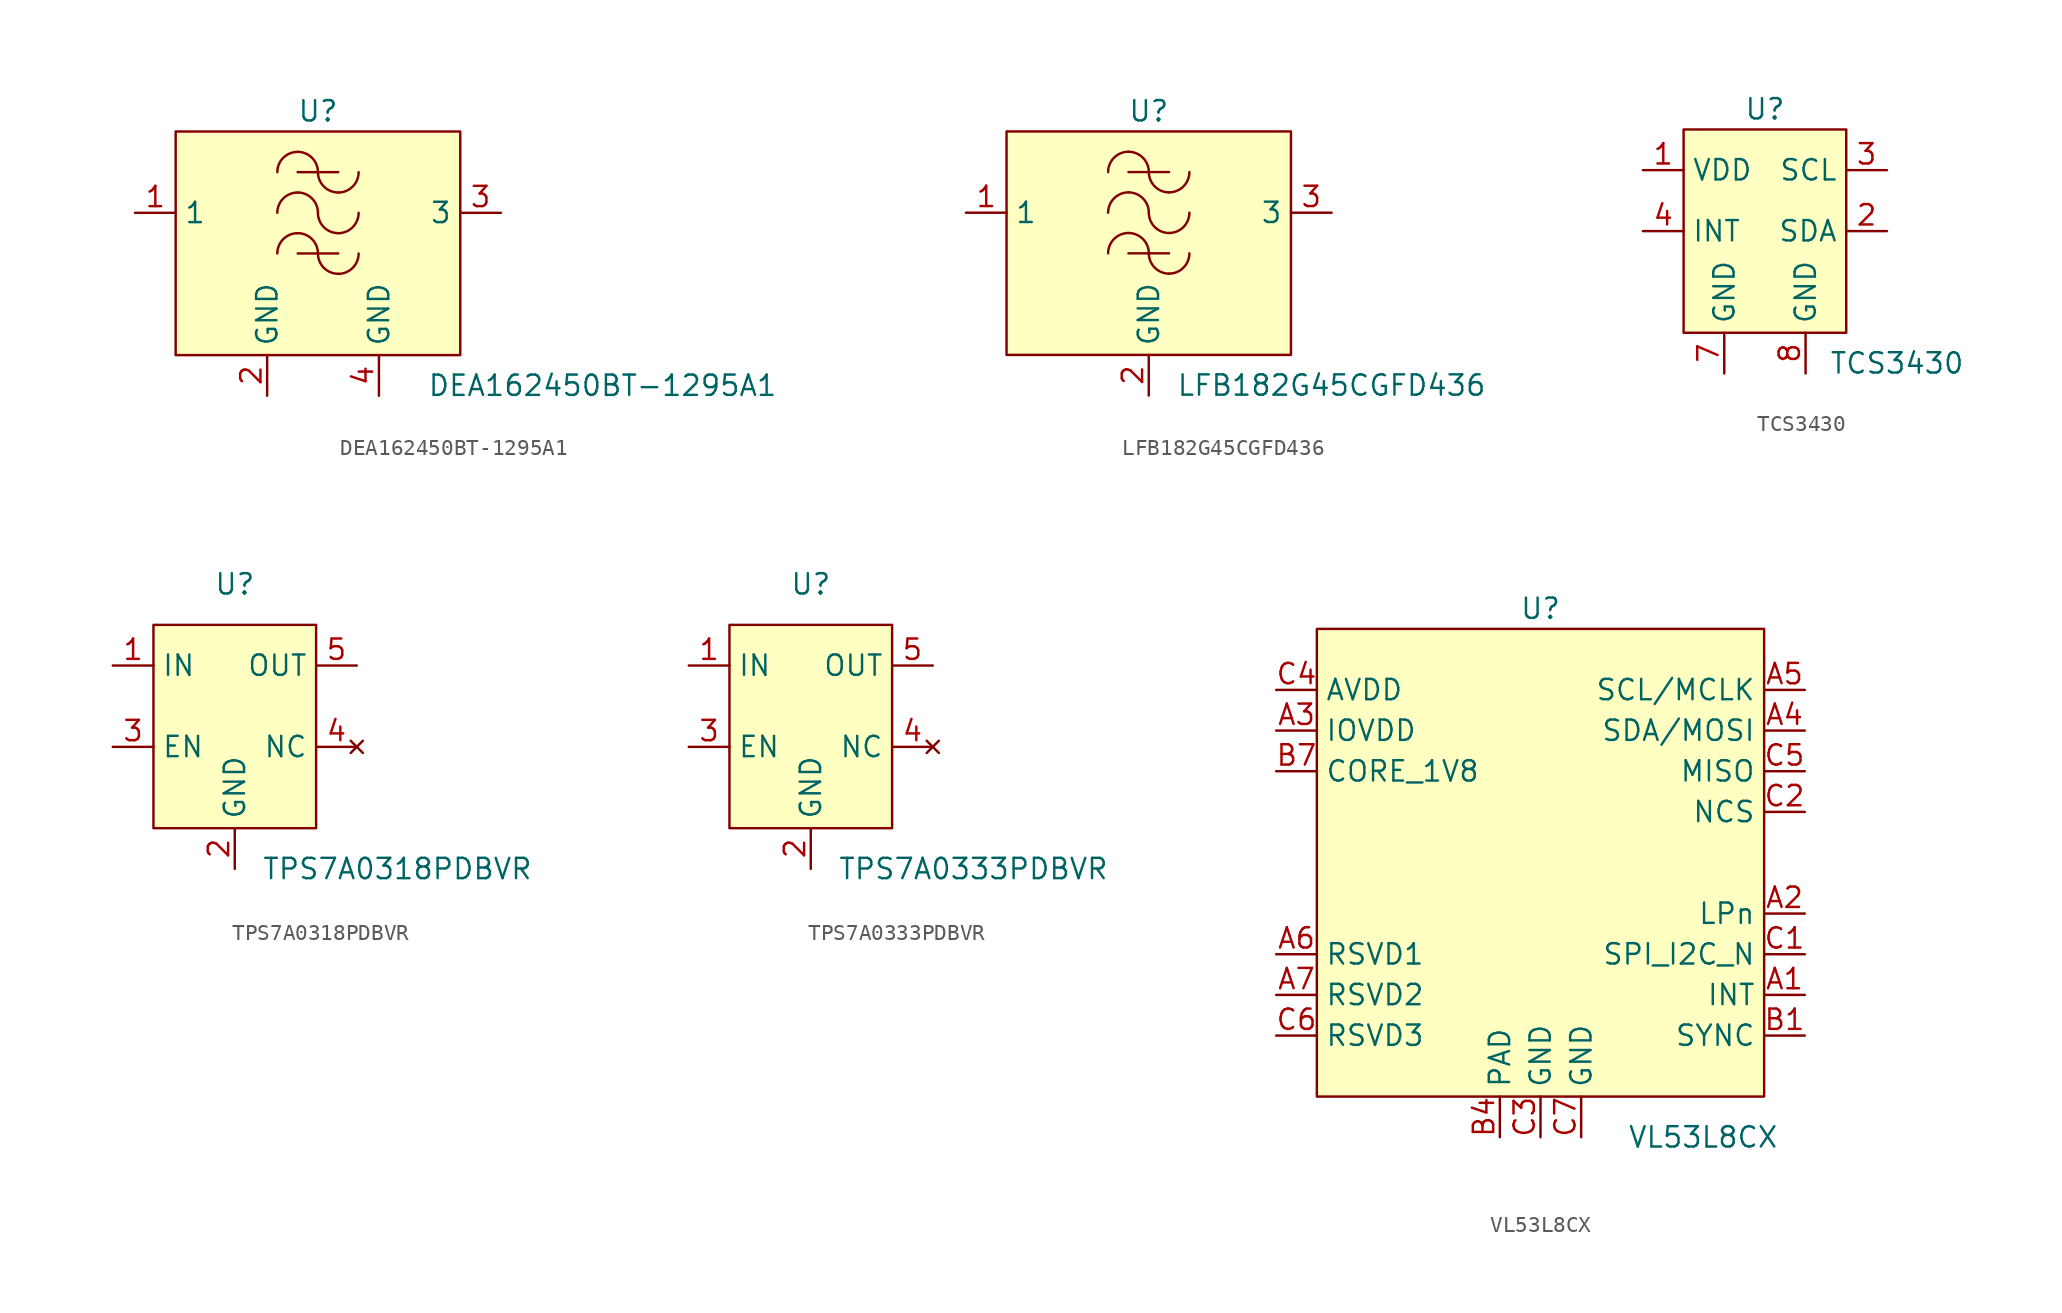
<source format=kicad_sym>
(kicad_symbol_lib
  (version 20220914)
  (generator kicad_symbol_editor)
  (symbol "DEA162450BT-1295A1"
    (property "Reference" "U"
      (at 0 6.35 0)
      (effects (font (size 1.27 1.27))))
    (property "Value" "DEA162450BT-1295A1\n"
      (at 17.78 -10.795 0)
      (effects (font (size 1.27 1.27))))
    (symbol "DEA162450BT-1295A1_1_1"
      (rectangle (start -8.89 5.08) (end 8.89 -8.89) (stroke (width 0) (type default)) (fill (type background)))
      (arc (start -1.2699 -1.2699) (mid -2.1679 -1.6419) (end -2.5399 -2.5399) (stroke (width 0) (type default)) (fill (type none)))
      (arc (start -1.2699 1.2701) (mid -2.1679 0.8981) (end -2.5399 0.0001) (stroke (width 0) (type default)) (fill (type none)))
      (arc (start -1.27 3.81) (mid -2.168 3.438) (end -2.54 2.54) (stroke (width 0) (type default)) (fill (type none)))
      (arc (start 0.0001 -2.5399) (mid -0.3719 -1.6419) (end -1.2699 -1.2699) (stroke (width 0) (type default)) (fill (type none)))
      (arc (start 0.0001 -2.5399) (mid 0.3721 -3.4379) (end 1.2701 -3.8099) (stroke (width 0) (type default)) (fill (type none)))
      (arc (start 0.0001 0.0001) (mid -0.3719 0.8981) (end -1.2699 1.2701) (stroke (width 0) (type default)) (fill (type none)))
      (polyline (pts (xy -1.27 -2.54) (xy 1.27 -2.54)) (stroke (width 0) (type default)) (fill (type none)))
      (polyline (pts (xy -1.27 2.54) (xy 1.27 2.54)) (stroke (width 0) (type default)) (fill (type none)))
      (arc (start 0.0001 0.0001) (mid 0.3721 -0.8979) (end 1.2701 -1.2699) (stroke (width 0) (type default)) (fill (type none)))
      (arc (start 0 2.54) (mid -0.372 3.438) (end -1.27 3.81) (stroke (width 0) (type default)) (fill (type none)))
      (arc (start 0 2.54) (mid 0.372 1.642) (end 1.27 1.27) (stroke (width 0) (type default)) (fill (type none)))
      (arc (start 1.2701 -3.8099) (mid 2.1681 -3.4379) (end 2.5401 -2.5399) (stroke (width 0) (type default)) (fill (type none)))
      (arc (start 1.2701 -1.2699) (mid 2.1681 -0.8979) (end 2.5401 0.0001) (stroke (width 0) (type default)) (fill (type none)))
      (arc (start 1.27 1.27) (mid 2.168 1.642) (end 2.54 2.54) (stroke (width 0) (type default)) (fill (type none)))
      (pin bidirectional line (at -11.43 0 0) (length 2.54) (name "1" (effects (font (size 1.27 1.27)))) (number "1" (effects (font (size 1.27 1.27)))))
      (pin input line (at -3.175 -11.43 90) (length 2.54) (name "GND" (effects (font (size 1.27 1.27)))) (number "2" (effects (font (size 1.27 1.27)))))
      (pin bidirectional line (at 11.43 0 180) (length 2.54) (name "3" (effects (font (size 1.27 1.27)))) (number "3" (effects (font (size 1.27 1.27)))))
      (pin input line (at 3.81 -11.43 90) (length 2.54) (name "GND" (effects (font (size 1.27 1.27)))) (number "4" (effects (font (size 1.27 1.27)))))))
  (symbol "LFB182G45CGFD436"
    (property "Reference" "U"
      (at 0 6.35 0)
      (effects (font (size 1.27 1.27))))
    (property "Value" "LFB182G45CGFD436"
      (at 11.43 -10.795 0)
      (effects (font (size 1.27 1.27))))
    (symbol "LFB182G45CGFD436_1_1"
      (rectangle (start -8.89 5.08) (end 8.89 -8.89) (stroke (width 0) (type default)) (fill (type background)))
      (arc (start -1.2699 -1.2699) (mid -2.1679 -1.6419) (end -2.5399 -2.5399) (stroke (width 0) (type default)) (fill (type none)))
      (arc (start -1.2699 1.2701) (mid -2.1679 0.8981) (end -2.5399 0.0001) (stroke (width 0) (type default)) (fill (type none)))
      (arc (start -1.27 3.81) (mid -2.168 3.438) (end -2.54 2.54) (stroke (width 0) (type default)) (fill (type none)))
      (arc (start 0.0001 -2.5399) (mid -0.3719 -1.6419) (end -1.2699 -1.2699) (stroke (width 0) (type default)) (fill (type none)))
      (arc (start 0.0001 -2.5399) (mid 0.3721 -3.4379) (end 1.2701 -3.8099) (stroke (width 0) (type default)) (fill (type none)))
      (arc (start 0.0001 0.0001) (mid -0.3719 0.8981) (end -1.2699 1.2701) (stroke (width 0) (type default)) (fill (type none)))
      (polyline (pts (xy -1.27 -2.54) (xy 1.27 -2.54)) (stroke (width 0) (type default)) (fill (type none)))
      (polyline (pts (xy -1.27 2.54) (xy 1.27 2.54)) (stroke (width 0) (type default)) (fill (type none)))
      (arc (start 0.0001 0.0001) (mid 0.3721 -0.8979) (end 1.2701 -1.2699) (stroke (width 0) (type default)) (fill (type none)))
      (arc (start 0 2.54) (mid -0.372 3.438) (end -1.27 3.81) (stroke (width 0) (type default)) (fill (type none)))
      (arc (start 0 2.54) (mid 0.372 1.642) (end 1.27 1.27) (stroke (width 0) (type default)) (fill (type none)))
      (arc (start 1.2701 -3.8099) (mid 2.1681 -3.4379) (end 2.5401 -2.5399) (stroke (width 0) (type default)) (fill (type none)))
      (arc (start 1.2701 -1.2699) (mid 2.1681 -0.8979) (end 2.5401 0.0001) (stroke (width 0) (type default)) (fill (type none)))
      (arc (start 1.27 1.27) (mid 2.168 1.642) (end 2.54 2.54) (stroke (width 0) (type default)) (fill (type none)))
      (pin bidirectional line (at -11.43 0 0) (length 2.54) (name "1" (effects (font (size 1.27 1.27)))) (number "1" (effects (font (size 1.27 1.27)))))
      (pin input line (at 0 -11.43 90) (length 2.54) (name "GND" (effects (font (size 1.27 1.27)))) (number "2" (effects (font (size 1.27 1.27)))))
      (pin bidirectional line (at 11.43 0 180) (length 2.54) (name "3" (effects (font (size 1.27 1.27)))) (number "3" (effects (font (size 1.27 1.27)))))))
  (symbol "TCS3430"
    (property "Reference" "U"
      (at 0 7.62 0)
      (effects (font (size 1.27 1.27))))
    (property "Value" "TCS3430"
      (at 8.255 -8.255 0)
      (effects (font (size 1.27 1.27))))
    (symbol "TCS3430_1_1"
      (rectangle (start -5.08 6.35) (end 5.08 -6.35) (stroke (width 0) (type default)) (fill (type background)))
      (pin power_in line (at -7.62 3.81 0) (length 2.54) (name "VDD" (effects (font (size 1.27 1.27)))) (number "1" (effects (font (size 1.27 1.27)))))
      (pin bidirectional line (at 7.62 0 180) (length 2.54) (name "SDA" (effects (font (size 1.27 1.27)))) (number "2" (effects (font (size 1.27 1.27)))))
      (pin input line (at 7.62 3.81 180) (length 2.54) (name "SCL" (effects (font (size 1.27 1.27)))) (number "3" (effects (font (size 1.27 1.27)))))
      (pin output line (at -7.62 0 0) (length 2.54) (name "INT" (effects (font (size 1.27 1.27)))) (number "4" (effects (font (size 1.27 1.27)))))
      (pin no_connect line (at 7.62 -3.81 180) (length 2.54) hide (name "N/C" (effects (font (size 1.27 1.27)))) (number "5" (effects (font (size 1.27 1.27)))))
      (pin no_connect line (at -7.62 -3.81 0) (length 2.54) hide (name "N/C" (effects (font (size 1.27 1.27)))) (number "6" (effects (font (size 1.27 1.27)))))
      (pin power_in line (at -2.54 -8.89 90) (length 2.54) (name "GND" (effects (font (size 1.27 1.27)))) (number "7" (effects (font (size 1.27 1.27)))))
      (pin power_in line (at 2.54 -8.89 90) (length 2.54) (name "GND" (effects (font (size 1.27 1.27)))) (number "8" (effects (font (size 1.27 1.27)))))))
  (symbol "TPS7A0318PDBVR"
    (property "Reference" "U"
      (at 0 10.16 0)
      (effects (font (size 1.27 1.27))))
    (property "Value" "TPS7A0318PDBVR"
      (at 10.16 -7.62 0)
      (effects (font (size 1.27 1.27))))
    (symbol "TPS7A0318PDBVR_1_1"
      (rectangle (start -5.08 7.62) (end 5.08 -5.08) (stroke (width 0) (type default)) (fill (type background)))
      (pin power_in line (at -7.62 5.08 0) (length 2.54) (name "IN" (effects (font (size 1.27 1.27)))) (number "1" (effects (font (size 1.27 1.27)))))
      (pin power_in line (at 0 -7.62 90) (length 2.54) (name "GND" (effects (font (size 1.27 1.27)))) (number "2" (effects (font (size 1.27 1.27)))))
      (pin input line (at -7.62 0 0) (length 2.54) (name "EN" (effects (font (size 1.27 1.27)))) (number "3" (effects (font (size 1.27 1.27)))))
      (pin no_connect line (at 7.62 0 180) (length 2.54) (name "NC" (effects (font (size 1.27 1.27)))) (number "4" (effects (font (size 1.27 1.27)))))
      (pin power_out line (at 7.62 5.08 180) (length 2.54) (name "OUT" (effects (font (size 1.27 1.27)))) (number "5" (effects (font (size 1.27 1.27)))))))
  (symbol "TPS7A0333PDBVR"
    (property "Reference" "U"
      (at 0 10.16 0)
      (effects (font (size 1.27 1.27))))
    (property "Value" "TPS7A0333PDBVR"
      (at 10.16 -7.62 0)
      (effects (font (size 1.27 1.27))))
    (symbol "TPS7A0333PDBVR_1_1"
      (rectangle (start -5.08 7.62) (end 5.08 -5.08) (stroke (width 0) (type default)) (fill (type background)))
      (pin power_in line (at -7.62 5.08 0) (length 2.54) (name "IN" (effects (font (size 1.27 1.27)))) (number "1" (effects (font (size 1.27 1.27)))))
      (pin power_in line (at 0 -7.62 90) (length 2.54) (name "GND" (effects (font (size 1.27 1.27)))) (number "2" (effects (font (size 1.27 1.27)))))
      (pin input line (at -7.62 0 0) (length 2.54) (name "EN" (effects (font (size 1.27 1.27)))) (number "3" (effects (font (size 1.27 1.27)))))
      (pin no_connect line (at 7.62 0 180) (length 2.54) (name "NC" (effects (font (size 1.27 1.27)))) (number "4" (effects (font (size 1.27 1.27)))))
      (pin power_out line (at 7.62 5.08 180) (length 2.54) (name "OUT" (effects (font (size 1.27 1.27)))) (number "5" (effects (font (size 1.27 1.27)))))))
  (symbol "VL53L8CX"
    (property "Reference" "U"
      (at 0 17.78 0)
      (effects (font (size 1.27 1.27))))
    (property "Value" "VL53L8CX"
      (at 10.16 -15.24 0)
      (effects (font (size 1.27 1.27))))
    (symbol "VL53L8CX_1_1"
      (rectangle (start -13.97 16.51) (end 13.97 -12.7) (stroke (width 0) (type default)) (fill (type background)))
      (pin output line (at 16.51 -6.35 180) (length 2.54) (name "INT" (effects (font (size 1.27 1.27)))) (number "A1" (effects (font (size 1.27 1.27)))))
      (pin input line (at 16.51 -1.27 180) (length 2.54) (name "LPn" (effects (font (size 1.27 1.27)))) (number "A2" (effects (font (size 1.27 1.27)))))
      (pin power_in line (at -16.51 10.16 0) (length 2.54) (name "IOVDD" (effects (font (size 1.27 1.27)))) (number "A3" (effects (font (size 1.27 1.27)))))
      (pin input line (at 16.51 10.16 180) (length 2.54) (name "SDA/MOSI" (effects (font (size 1.27 1.27)))) (number "A4" (effects (font (size 1.27 1.27)))))
      (pin input line (at 16.51 12.7 180) (length 2.54) (name "SCL/MCLK" (effects (font (size 1.27 1.27)))) (number "A5" (effects (font (size 1.27 1.27)))))
      (pin input line (at -16.51 -3.81 0) (length 2.54) (name "RSVD1" (effects (font (size 1.27 1.27)))) (number "A6" (effects (font (size 1.27 1.27)))))
      (pin input line (at -16.51 -6.35 0) (length 2.54) (name "RSVD2" (effects (font (size 1.27 1.27)))) (number "A7" (effects (font (size 1.27 1.27)))))
      (pin input line (at 16.51 -8.89 180) (length 2.54) (name "SYNC" (effects (font (size 1.27 1.27)))) (number "B1" (effects (font (size 1.27 1.27)))))
      (pin power_in line (at -2.54 -15.24 90) (length 2.54) (name "PAD" (effects (font (size 1.27 1.27)))) (number "B4" (effects (font (size 1.27 1.27)))))
      (pin power_in line (at -16.51 7.62 0) (length 2.54) (name "CORE_1V8" (effects (font (size 1.27 1.27)))) (number "B7" (effects (font (size 1.27 1.27)))))
      (pin input line (at 16.51 -3.81 180) (length 2.54) (name "SPI_I2C_N" (effects (font (size 1.27 1.27)))) (number "C1" (effects (font (size 1.27 1.27)))))
      (pin input line (at 16.51 5.08 180) (length 2.54) (name "NCS" (effects (font (size 1.27 1.27)))) (number "C2" (effects (font (size 1.27 1.27)))))
      (pin power_in line (at 0 -15.24 90) (length 2.54) (name "GND" (effects (font (size 1.27 1.27)))) (number "C3" (effects (font (size 1.27 1.27)))))
      (pin power_in line (at -16.51 12.7 0) (length 2.54) (name "AVDD" (effects (font (size 1.27 1.27)))) (number "C4" (effects (font (size 1.27 1.27)))))
      (pin input line (at 16.51 7.62 180) (length 2.54) (name "MISO" (effects (font (size 1.27 1.27)))) (number "C5" (effects (font (size 1.27 1.27)))))
      (pin input line (at -16.51 -8.89 0) (length 2.54) (name "RSVD3" (effects (font (size 1.27 1.27)))) (number "C6" (effects (font (size 1.27 1.27)))))
      (pin power_in line (at 2.54 -15.24 90) (length 2.54) (name "GND" (effects (font (size 1.27 1.27)))) (number "C7" (effects (font (size 1.27 1.27))))))))
</source>
